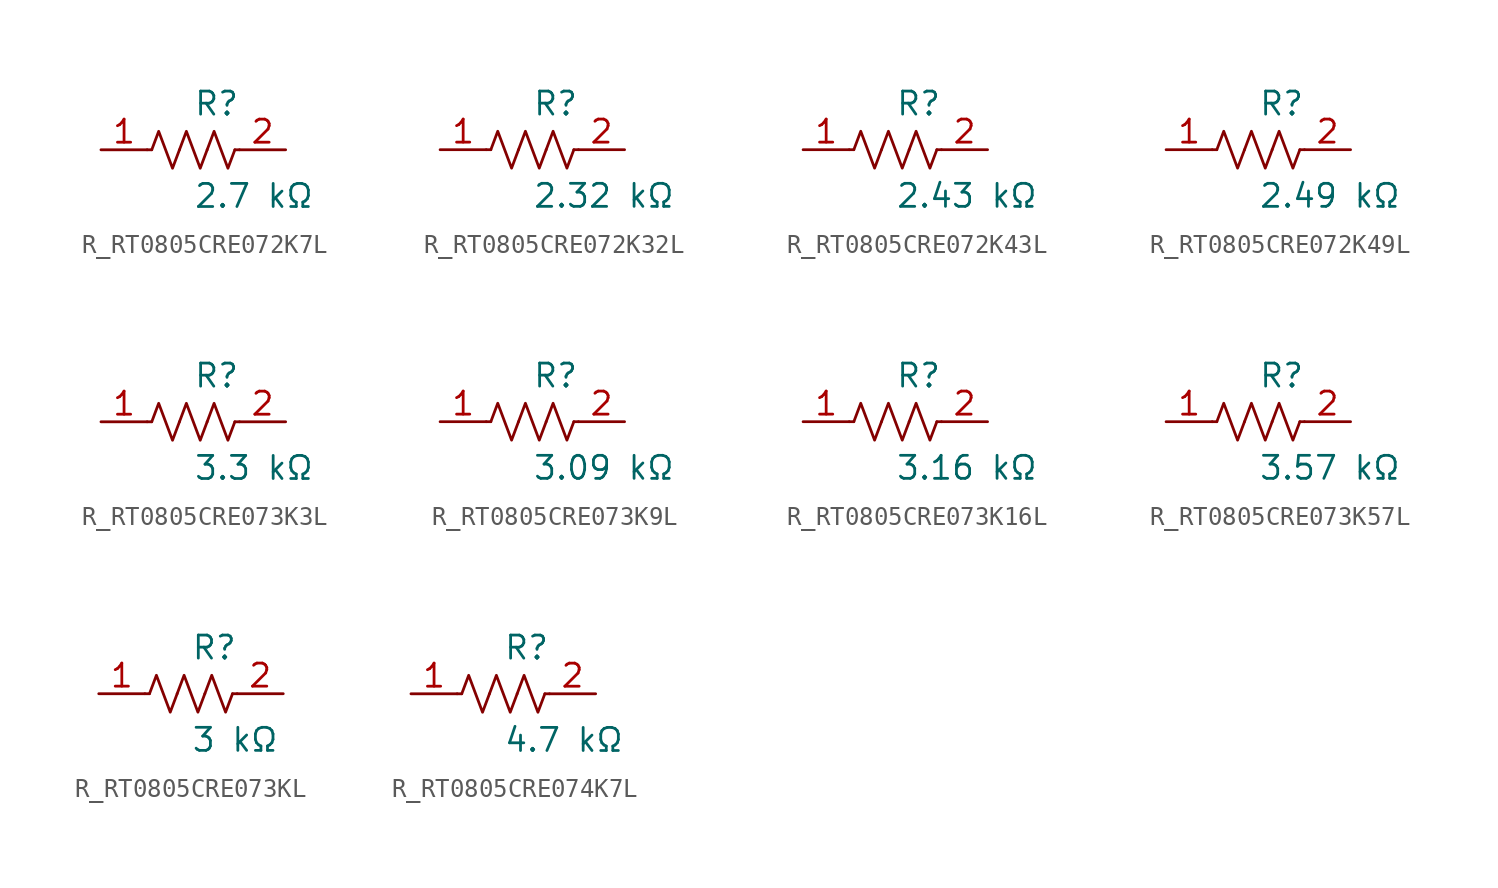
<source format=kicad_sym>
(kicad_symbol_lib
  (version 20231120)
  (generator kicad_symbol_editor)
  (generator_version 8.0)
  (symbol "R_RT0805CRE072K7L"
    (pin_names
      (offset 0.254))
    (property "Reference" "R"
      (at 0.0 2.54 0)
      (effects (font (size 1.27 1.27)) (justify left)))
    (property "Value" "2.7 kΩ"
      (at 0.0 -2.54 0)
      (effects (font (size 1.27 1.27)) (justify left)))
    (symbol "R_RT0805CRE072K7L_0_1"
      (polyline (pts (xy 2.286 0) (xy 2.54 0)) (stroke (width 0) (type default)) (fill (type none)))
      (polyline (pts (xy -2.286 0) (xy -2.54 0)) (stroke (width 0) (type default)) (fill (type none)))
      (polyline (pts (xy 0.762 0) (xy 1.143 1.016) (xy 1.524 0) (xy 1.905 -1.016) (xy 2.286 0)) (stroke (width 0) (type default)) (fill (type none)))
      (polyline (pts (xy -0.762 0) (xy -0.381 1.016) (xy 0 0) (xy 0.381 -1.016) (xy 0.762 0)) (stroke (width 0) (type default)) (fill (type none)))
      (polyline (pts (xy -2.286 0) (xy -1.905 1.016) (xy -1.524 0) (xy -1.143 -1.016) (xy -0.762 0)) (stroke (width 0) (type default)) (fill (type none))))
    (pin unspecified line
      (at -5.08 0 0)
      (length 2.54)
      (name "" (effects (font (size 1.27 1.27))))
      (number "1" (effects (font (size 1.27 1.27)))))
    (pin unspecified line
      (at 5.08 0 180)
      (length 2.54)
      (name "" (effects (font (size 1.27 1.27))))
      (number "2" (effects (font (size 1.27 1.27))))))
  (symbol "R_RT0805CRE072K32L"
    (pin_names
      (offset 0.254))
    (property "Reference" "R"
      (at 0.0 2.54 0)
      (effects (font (size 1.27 1.27)) (justify left)))
    (property "Value" "2.32 kΩ"
      (at 0.0 -2.54 0)
      (effects (font (size 1.27 1.27)) (justify left)))
    (symbol "R_RT0805CRE072K32L_0_1"
      (polyline (pts (xy 2.286 0) (xy 2.54 0)) (stroke (width 0) (type default)) (fill (type none)))
      (polyline (pts (xy -2.286 0) (xy -2.54 0)) (stroke (width 0) (type default)) (fill (type none)))
      (polyline (pts (xy 0.762 0) (xy 1.143 1.016) (xy 1.524 0) (xy 1.905 -1.016) (xy 2.286 0)) (stroke (width 0) (type default)) (fill (type none)))
      (polyline (pts (xy -0.762 0) (xy -0.381 1.016) (xy 0 0) (xy 0.381 -1.016) (xy 0.762 0)) (stroke (width 0) (type default)) (fill (type none)))
      (polyline (pts (xy -2.286 0) (xy -1.905 1.016) (xy -1.524 0) (xy -1.143 -1.016) (xy -0.762 0)) (stroke (width 0) (type default)) (fill (type none))))
    (pin unspecified line
      (at -5.08 0 0)
      (length 2.54)
      (name "" (effects (font (size 1.27 1.27))))
      (number "1" (effects (font (size 1.27 1.27)))))
    (pin unspecified line
      (at 5.08 0 180)
      (length 2.54)
      (name "" (effects (font (size 1.27 1.27))))
      (number "2" (effects (font (size 1.27 1.27))))))
  (symbol "R_RT0805CRE072K43L"
    (pin_names
      (offset 0.254))
    (property "Reference" "R"
      (at 0.0 2.54 0)
      (effects (font (size 1.27 1.27)) (justify left)))
    (property "Value" "2.43 kΩ"
      (at 0.0 -2.54 0)
      (effects (font (size 1.27 1.27)) (justify left)))
    (symbol "R_RT0805CRE072K43L_0_1"
      (polyline (pts (xy 2.286 0) (xy 2.54 0)) (stroke (width 0) (type default)) (fill (type none)))
      (polyline (pts (xy -2.286 0) (xy -2.54 0)) (stroke (width 0) (type default)) (fill (type none)))
      (polyline (pts (xy 0.762 0) (xy 1.143 1.016) (xy 1.524 0) (xy 1.905 -1.016) (xy 2.286 0)) (stroke (width 0) (type default)) (fill (type none)))
      (polyline (pts (xy -0.762 0) (xy -0.381 1.016) (xy 0 0) (xy 0.381 -1.016) (xy 0.762 0)) (stroke (width 0) (type default)) (fill (type none)))
      (polyline (pts (xy -2.286 0) (xy -1.905 1.016) (xy -1.524 0) (xy -1.143 -1.016) (xy -0.762 0)) (stroke (width 0) (type default)) (fill (type none))))
    (pin unspecified line
      (at -5.08 0 0)
      (length 2.54)
      (name "" (effects (font (size 1.27 1.27))))
      (number "1" (effects (font (size 1.27 1.27)))))
    (pin unspecified line
      (at 5.08 0 180)
      (length 2.54)
      (name "" (effects (font (size 1.27 1.27))))
      (number "2" (effects (font (size 1.27 1.27))))))
  (symbol "R_RT0805CRE072K49L"
    (pin_names
      (offset 0.254))
    (property "Reference" "R"
      (at 0.0 2.54 0)
      (effects (font (size 1.27 1.27)) (justify left)))
    (property "Value" "2.49 kΩ"
      (at 0.0 -2.54 0)
      (effects (font (size 1.27 1.27)) (justify left)))
    (symbol "R_RT0805CRE072K49L_0_1"
      (polyline (pts (xy 2.286 0) (xy 2.54 0)) (stroke (width 0) (type default)) (fill (type none)))
      (polyline (pts (xy -2.286 0) (xy -2.54 0)) (stroke (width 0) (type default)) (fill (type none)))
      (polyline (pts (xy 0.762 0) (xy 1.143 1.016) (xy 1.524 0) (xy 1.905 -1.016) (xy 2.286 0)) (stroke (width 0) (type default)) (fill (type none)))
      (polyline (pts (xy -0.762 0) (xy -0.381 1.016) (xy 0 0) (xy 0.381 -1.016) (xy 0.762 0)) (stroke (width 0) (type default)) (fill (type none)))
      (polyline (pts (xy -2.286 0) (xy -1.905 1.016) (xy -1.524 0) (xy -1.143 -1.016) (xy -0.762 0)) (stroke (width 0) (type default)) (fill (type none))))
    (pin unspecified line
      (at -5.08 0 0)
      (length 2.54)
      (name "" (effects (font (size 1.27 1.27))))
      (number "1" (effects (font (size 1.27 1.27)))))
    (pin unspecified line
      (at 5.08 0 180)
      (length 2.54)
      (name "" (effects (font (size 1.27 1.27))))
      (number "2" (effects (font (size 1.27 1.27))))))
  (symbol "R_RT0805CRE073K3L"
    (pin_names
      (offset 0.254))
    (property "Reference" "R"
      (at 0.0 2.54 0)
      (effects (font (size 1.27 1.27)) (justify left)))
    (property "Value" "3.3 kΩ"
      (at 0.0 -2.54 0)
      (effects (font (size 1.27 1.27)) (justify left)))
    (symbol "R_RT0805CRE073K3L_0_1"
      (polyline (pts (xy 2.286 0) (xy 2.54 0)) (stroke (width 0) (type default)) (fill (type none)))
      (polyline (pts (xy -2.286 0) (xy -2.54 0)) (stroke (width 0) (type default)) (fill (type none)))
      (polyline (pts (xy 0.762 0) (xy 1.143 1.016) (xy 1.524 0) (xy 1.905 -1.016) (xy 2.286 0)) (stroke (width 0) (type default)) (fill (type none)))
      (polyline (pts (xy -0.762 0) (xy -0.381 1.016) (xy 0 0) (xy 0.381 -1.016) (xy 0.762 0)) (stroke (width 0) (type default)) (fill (type none)))
      (polyline (pts (xy -2.286 0) (xy -1.905 1.016) (xy -1.524 0) (xy -1.143 -1.016) (xy -0.762 0)) (stroke (width 0) (type default)) (fill (type none))))
    (pin unspecified line
      (at -5.08 0 0)
      (length 2.54)
      (name "" (effects (font (size 1.27 1.27))))
      (number "1" (effects (font (size 1.27 1.27)))))
    (pin unspecified line
      (at 5.08 0 180)
      (length 2.54)
      (name "" (effects (font (size 1.27 1.27))))
      (number "2" (effects (font (size 1.27 1.27))))))
  (symbol "R_RT0805CRE073K9L"
    (pin_names
      (offset 0.254))
    (property "Reference" "R"
      (at 0.0 2.54 0)
      (effects (font (size 1.27 1.27)) (justify left)))
    (property "Value" "3.09 kΩ"
      (at 0.0 -2.54 0)
      (effects (font (size 1.27 1.27)) (justify left)))
    (symbol "R_RT0805CRE073K9L_0_1"
      (polyline (pts (xy 2.286 0) (xy 2.54 0)) (stroke (width 0) (type default)) (fill (type none)))
      (polyline (pts (xy -2.286 0) (xy -2.54 0)) (stroke (width 0) (type default)) (fill (type none)))
      (polyline (pts (xy 0.762 0) (xy 1.143 1.016) (xy 1.524 0) (xy 1.905 -1.016) (xy 2.286 0)) (stroke (width 0) (type default)) (fill (type none)))
      (polyline (pts (xy -0.762 0) (xy -0.381 1.016) (xy 0 0) (xy 0.381 -1.016) (xy 0.762 0)) (stroke (width 0) (type default)) (fill (type none)))
      (polyline (pts (xy -2.286 0) (xy -1.905 1.016) (xy -1.524 0) (xy -1.143 -1.016) (xy -0.762 0)) (stroke (width 0) (type default)) (fill (type none))))
    (pin unspecified line
      (at -5.08 0 0)
      (length 2.54)
      (name "" (effects (font (size 1.27 1.27))))
      (number "1" (effects (font (size 1.27 1.27)))))
    (pin unspecified line
      (at 5.08 0 180)
      (length 2.54)
      (name "" (effects (font (size 1.27 1.27))))
      (number "2" (effects (font (size 1.27 1.27))))))
  (symbol "R_RT0805CRE073K16L"
    (pin_names
      (offset 0.254))
    (property "Reference" "R"
      (at 0.0 2.54 0)
      (effects (font (size 1.27 1.27)) (justify left)))
    (property "Value" "3.16 kΩ"
      (at 0.0 -2.54 0)
      (effects (font (size 1.27 1.27)) (justify left)))
    (symbol "R_RT0805CRE073K16L_0_1"
      (polyline (pts (xy 2.286 0) (xy 2.54 0)) (stroke (width 0) (type default)) (fill (type none)))
      (polyline (pts (xy -2.286 0) (xy -2.54 0)) (stroke (width 0) (type default)) (fill (type none)))
      (polyline (pts (xy 0.762 0) (xy 1.143 1.016) (xy 1.524 0) (xy 1.905 -1.016) (xy 2.286 0)) (stroke (width 0) (type default)) (fill (type none)))
      (polyline (pts (xy -0.762 0) (xy -0.381 1.016) (xy 0 0) (xy 0.381 -1.016) (xy 0.762 0)) (stroke (width 0) (type default)) (fill (type none)))
      (polyline (pts (xy -2.286 0) (xy -1.905 1.016) (xy -1.524 0) (xy -1.143 -1.016) (xy -0.762 0)) (stroke (width 0) (type default)) (fill (type none))))
    (pin unspecified line
      (at -5.08 0 0)
      (length 2.54)
      (name "" (effects (font (size 1.27 1.27))))
      (number "1" (effects (font (size 1.27 1.27)))))
    (pin unspecified line
      (at 5.08 0 180)
      (length 2.54)
      (name "" (effects (font (size 1.27 1.27))))
      (number "2" (effects (font (size 1.27 1.27))))))
  (symbol "R_RT0805CRE073K57L"
    (pin_names
      (offset 0.254))
    (property "Reference" "R"
      (at 0.0 2.54 0)
      (effects (font (size 1.27 1.27)) (justify left)))
    (property "Value" "3.57 kΩ"
      (at 0.0 -2.54 0)
      (effects (font (size 1.27 1.27)) (justify left)))
    (symbol "R_RT0805CRE073K57L_0_1"
      (polyline (pts (xy 2.286 0) (xy 2.54 0)) (stroke (width 0) (type default)) (fill (type none)))
      (polyline (pts (xy -2.286 0) (xy -2.54 0)) (stroke (width 0) (type default)) (fill (type none)))
      (polyline (pts (xy 0.762 0) (xy 1.143 1.016) (xy 1.524 0) (xy 1.905 -1.016) (xy 2.286 0)) (stroke (width 0) (type default)) (fill (type none)))
      (polyline (pts (xy -0.762 0) (xy -0.381 1.016) (xy 0 0) (xy 0.381 -1.016) (xy 0.762 0)) (stroke (width 0) (type default)) (fill (type none)))
      (polyline (pts (xy -2.286 0) (xy -1.905 1.016) (xy -1.524 0) (xy -1.143 -1.016) (xy -0.762 0)) (stroke (width 0) (type default)) (fill (type none))))
    (pin unspecified line
      (at -5.08 0 0)
      (length 2.54)
      (name "" (effects (font (size 1.27 1.27))))
      (number "1" (effects (font (size 1.27 1.27)))))
    (pin unspecified line
      (at 5.08 0 180)
      (length 2.54)
      (name "" (effects (font (size 1.27 1.27))))
      (number "2" (effects (font (size 1.27 1.27))))))
  (symbol "R_RT0805CRE073KL"
    (pin_names
      (offset 0.254))
    (property "Reference" "R"
      (at 0.0 2.54 0)
      (effects (font (size 1.27 1.27)) (justify left)))
    (property "Value" "3 kΩ"
      (at 0.0 -2.54 0)
      (effects (font (size 1.27 1.27)) (justify left)))
    (symbol "R_RT0805CRE073KL_0_1"
      (polyline (pts (xy 2.286 0) (xy 2.54 0)) (stroke (width 0) (type default)) (fill (type none)))
      (polyline (pts (xy -2.286 0) (xy -2.54 0)) (stroke (width 0) (type default)) (fill (type none)))
      (polyline (pts (xy 0.762 0) (xy 1.143 1.016) (xy 1.524 0) (xy 1.905 -1.016) (xy 2.286 0)) (stroke (width 0) (type default)) (fill (type none)))
      (polyline (pts (xy -0.762 0) (xy -0.381 1.016) (xy 0 0) (xy 0.381 -1.016) (xy 0.762 0)) (stroke (width 0) (type default)) (fill (type none)))
      (polyline (pts (xy -2.286 0) (xy -1.905 1.016) (xy -1.524 0) (xy -1.143 -1.016) (xy -0.762 0)) (stroke (width 0) (type default)) (fill (type none))))
    (pin unspecified line
      (at -5.08 0 0)
      (length 2.54)
      (name "" (effects (font (size 1.27 1.27))))
      (number "1" (effects (font (size 1.27 1.27)))))
    (pin unspecified line
      (at 5.08 0 180)
      (length 2.54)
      (name "" (effects (font (size 1.27 1.27))))
      (number "2" (effects (font (size 1.27 1.27))))))
  (symbol "R_RT0805CRE074K7L"
    (pin_names
      (offset 0.254))
    (property "Reference" "R"
      (at 0.0 2.54 0)
      (effects (font (size 1.27 1.27)) (justify left)))
    (property "Value" "4.7 kΩ"
      (at 0.0 -2.54 0)
      (effects (font (size 1.27 1.27)) (justify left)))
    (symbol "R_RT0805CRE074K7L_0_1"
      (polyline (pts (xy 2.286 0) (xy 2.54 0)) (stroke (width 0) (type default)) (fill (type none)))
      (polyline (pts (xy -2.286 0) (xy -2.54 0)) (stroke (width 0) (type default)) (fill (type none)))
      (polyline (pts (xy 0.762 0) (xy 1.143 1.016) (xy 1.524 0) (xy 1.905 -1.016) (xy 2.286 0)) (stroke (width 0) (type default)) (fill (type none)))
      (polyline (pts (xy -0.762 0) (xy -0.381 1.016) (xy 0 0) (xy 0.381 -1.016) (xy 0.762 0)) (stroke (width 0) (type default)) (fill (type none)))
      (polyline (pts (xy -2.286 0) (xy -1.905 1.016) (xy -1.524 0) (xy -1.143 -1.016) (xy -0.762 0)) (stroke (width 0) (type default)) (fill (type none))))
    (pin unspecified line
      (at -5.08 0 0)
      (length 2.54)
      (name "" (effects (font (size 1.27 1.27))))
      (number "1" (effects (font (size 1.27 1.27)))))
    (pin unspecified line
      (at 5.08 0 180)
      (length 2.54)
      (name "" (effects (font (size 1.27 1.27))))
      (number "2" (effects (font (size 1.27 1.27)))))))
</source>
